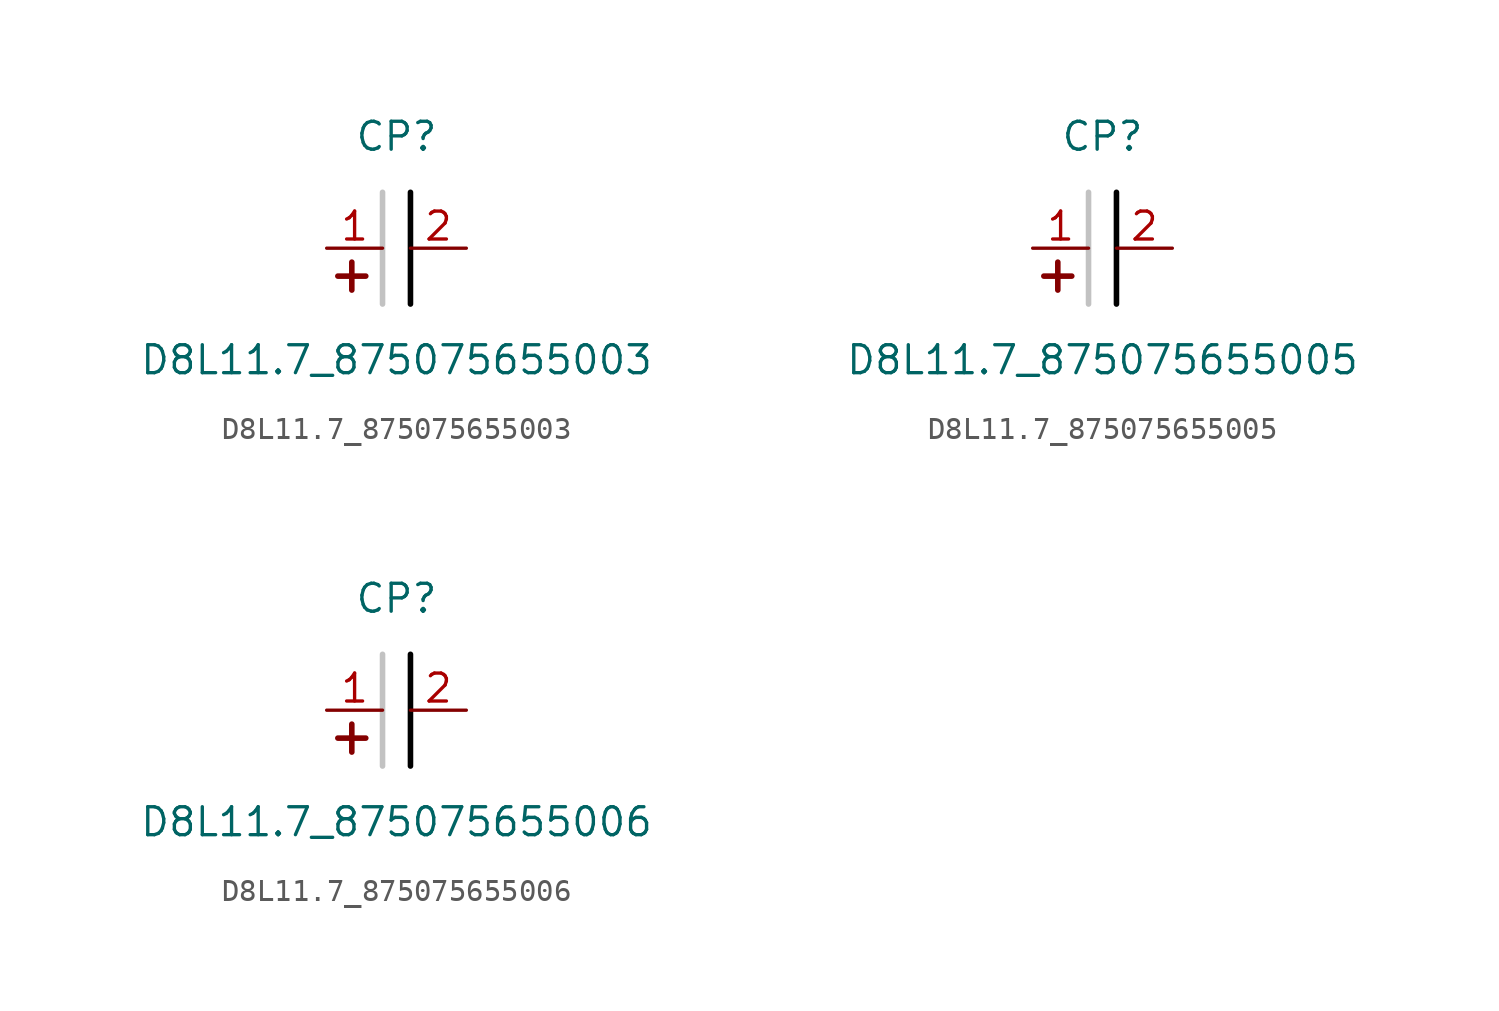
<source format=kicad_sym>
(kicad_symbol_lib
  (version 20220914)
  (generator kicad_symbol_editor)
  (symbol "D8L11.7_875075655003"
    (pin_names hide)
    (property "Reference" "CP"
      (at 0 5.08 0)
      (effects (font (size 1.27 1.27))))
    (property "Value" "D8L11.7_875075655003"
      (at 0 -5.08 0)
      (effects (font (size 1.27 1.27))))
    (symbol "D8L11.7_875075655003_1_1"
      (polyline (pts (xy -2.667 -1.27) (xy -1.397 -1.27)) (stroke (width 0.254) (type default)) (fill (type none)))
      (polyline (pts (xy -2.032 -0.635) (xy -2.032 -1.905)) (stroke (width 0.254) (type default)) (fill (type none)))
      (polyline (pts (xy -0.635 2.54) (xy -0.635 -2.54)) (stroke (width 0.254) (type default) (color 194 194 194 1)) (fill (type none)))
      (polyline (pts (xy 0.635 2.54) (xy 0.635 -2.54)) (stroke (width 0.254) (type default) (color 0 0 0 1)) (fill (type none)))
      (pin passive line (at -3.175 0 0) (length 2.54) (name "1" (effects (font (size 1.27 1.27)))) (number "1" (effects (font (size 1.27 1.27)))))
      (pin passive line (at 3.175 0 180) (length 2.54) (name "2" (effects (font (size 1.27 1.27)))) (number "2" (effects (font (size 1.27 1.27)))))))
  (symbol "D8L11.7_875075655005"
    (pin_names hide)
    (property "Reference" "CP"
      (at 0 5.08 0)
      (effects (font (size 1.27 1.27))))
    (property "Value" "D8L11.7_875075655005"
      (at 0 -5.08 0)
      (effects (font (size 1.27 1.27))))
    (symbol "D8L11.7_875075655005_1_1"
      (polyline (pts (xy -2.667 -1.27) (xy -1.397 -1.27)) (stroke (width 0.254) (type default)) (fill (type none)))
      (polyline (pts (xy -2.032 -0.635) (xy -2.032 -1.905)) (stroke (width 0.254) (type default)) (fill (type none)))
      (polyline (pts (xy -0.635 2.54) (xy -0.635 -2.54)) (stroke (width 0.254) (type default) (color 194 194 194 1)) (fill (type none)))
      (polyline (pts (xy 0.635 2.54) (xy 0.635 -2.54)) (stroke (width 0.254) (type default) (color 0 0 0 1)) (fill (type none)))
      (pin passive line (at -3.175 0 0) (length 2.54) (name "1" (effects (font (size 1.27 1.27)))) (number "1" (effects (font (size 1.27 1.27)))))
      (pin passive line (at 3.175 0 180) (length 2.54) (name "2" (effects (font (size 1.27 1.27)))) (number "2" (effects (font (size 1.27 1.27)))))))
  (symbol "D8L11.7_875075655006"
    (pin_names hide)
    (property "Reference" "CP"
      (at 0 5.08 0)
      (effects (font (size 1.27 1.27))))
    (property "Value" "D8L11.7_875075655006"
      (at 0 -5.08 0)
      (effects (font (size 1.27 1.27))))
    (symbol "D8L11.7_875075655006_1_1"
      (polyline (pts (xy -2.667 -1.27) (xy -1.397 -1.27)) (stroke (width 0.254) (type default)) (fill (type none)))
      (polyline (pts (xy -2.032 -0.635) (xy -2.032 -1.905)) (stroke (width 0.254) (type default)) (fill (type none)))
      (polyline (pts (xy -0.635 2.54) (xy -0.635 -2.54)) (stroke (width 0.254) (type default) (color 194 194 194 1)) (fill (type none)))
      (polyline (pts (xy 0.635 2.54) (xy 0.635 -2.54)) (stroke (width 0.254) (type default) (color 0 0 0 1)) (fill (type none)))
      (pin passive line (at -3.175 0 0) (length 2.54) (name "1" (effects (font (size 1.27 1.27)))) (number "1" (effects (font (size 1.27 1.27)))))
      (pin passive line (at 3.175 0 180) (length 2.54) (name "2" (effects (font (size 1.27 1.27)))) (number "2" (effects (font (size 1.27 1.27))))))))
</source>
